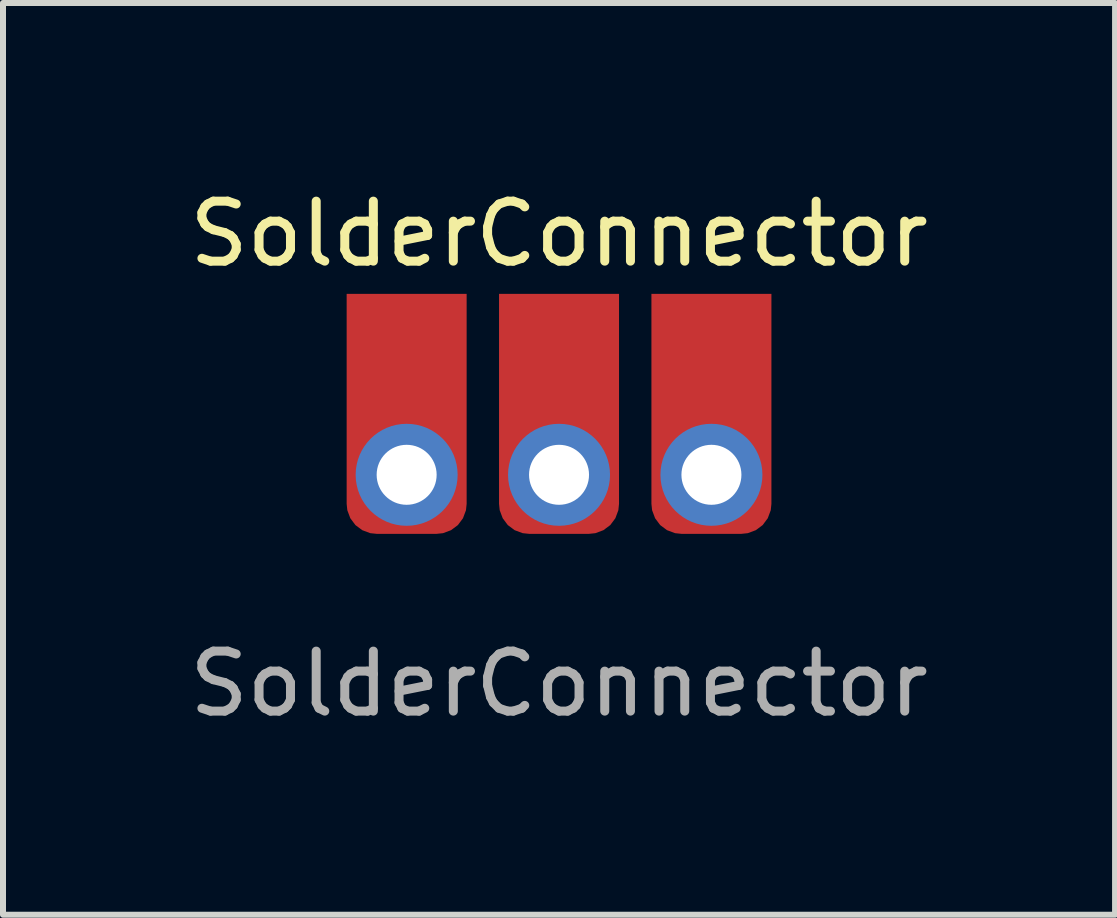
<source format=kicad_pcb>
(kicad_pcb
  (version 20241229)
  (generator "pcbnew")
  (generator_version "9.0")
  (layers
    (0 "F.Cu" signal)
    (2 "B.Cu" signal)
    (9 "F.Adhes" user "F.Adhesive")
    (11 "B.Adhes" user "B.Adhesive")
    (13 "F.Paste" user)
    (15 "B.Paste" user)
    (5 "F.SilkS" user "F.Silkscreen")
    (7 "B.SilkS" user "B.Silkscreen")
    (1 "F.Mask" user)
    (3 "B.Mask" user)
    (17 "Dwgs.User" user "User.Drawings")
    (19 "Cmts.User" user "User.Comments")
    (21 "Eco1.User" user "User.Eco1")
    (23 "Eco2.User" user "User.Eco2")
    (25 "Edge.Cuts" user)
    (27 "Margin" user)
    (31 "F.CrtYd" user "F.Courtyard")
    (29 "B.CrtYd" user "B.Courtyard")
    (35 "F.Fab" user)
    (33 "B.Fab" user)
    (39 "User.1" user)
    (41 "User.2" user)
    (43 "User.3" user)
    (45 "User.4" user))
  (footprint "SolderConnector"
    (layer "F.Cu")
    (at 6.268 3.848)
    (property "Reference" "SolderConnector" (at 0 -3 0) (unlocked yes) (layer "F.SilkS") (effects (font (size 1 1) (thickness 0.15))))
    (attr smd)
    (fp_text user "${REFERENCE}" (at 0 4.5 0) (unlocked yes) (layer "F.Fab") (effects (font (size 1 1) (thickness 0.15))))
    (pad "1" smd custom (at -2.54 0) (size 2 2) (layers "F.Cu" "F.Mask" "F.Paste") (options (anchor circle)) (primitives (gr_poly (pts (xy -1 -1.5) (xy -0.989 -1.606) (xy -0.939 -1.74) (xy -0.854 -1.854) (xy -0.74 -1.939) (xy -0.606 -1.989) (xy -0.5 -2) (xy 0.5 -2) (xy 0.606 -1.989) (xy 0.74 -1.939) (xy 0.854 -1.854) (xy 0.939 -1.74) (xy 0.989 -1.606) (xy 1 -1.5) (xy 1 1.5) (xy 0.989 1.606) (xy 0.939 1.74) (xy 0.854 1.854) (xy 0.74 1.939) (xy 0.606 1.989) (xy 0.5 2) (xy -0.5 2) (xy -0.606 1.989) (xy -0.74 1.939) (xy -0.854 1.854) (xy -0.939 1.74) (xy -0.989 1.606) (xy -1 1.5)) (width 0) (fill yes)) (gr_rect (start -1 -2) (end 1 -1.5) (width 0) (fill yes))))
    (pad "1" thru_hole oval (at -2.54 1.016) (size 1.7 1.7) (drill 1) (layers "*.Cu" "*.Mask"))
    (pad "2" smd custom (at 0 0) (size 2 2) (layers "F.Cu" "F.Mask" "F.Paste") (options (anchor circle)) (primitives (gr_poly (pts (xy -1 -1.5) (xy -0.989 -1.606) (xy -0.939 -1.74) (xy -0.854 -1.854) (xy -0.74 -1.939) (xy -0.606 -1.989) (xy -0.5 -2) (xy 0.5 -2) (xy 0.606 -1.989) (xy 0.74 -1.939) (xy 0.854 -1.854) (xy 0.939 -1.74) (xy 0.989 -1.606) (xy 1 -1.5) (xy 1 1.5) (xy 0.989 1.606) (xy 0.939 1.74) (xy 0.854 1.854) (xy 0.74 1.939) (xy 0.606 1.989) (xy 0.5 2) (xy -0.5 2) (xy -0.606 1.989) (xy -0.74 1.939) (xy -0.854 1.854) (xy -0.939 1.74) (xy -0.989 1.606) (xy -1 1.5)) (width 0) (fill yes)) (gr_rect (start -1 -2) (end 1 -1.5) (width 0) (fill yes))))
    (pad "2" thru_hole oval (at 0 1.016) (size 1.7 1.7) (drill 1) (layers "*.Cu" "*.Mask"))
    (pad "3" smd custom (at 2.54 0) (size 2 2) (layers "F.Cu" "F.Mask" "F.Paste") (options (anchor circle)) (primitives (gr_poly (pts (xy -1 -1.5) (xy -0.989 -1.606) (xy -0.939 -1.74) (xy -0.854 -1.854) (xy -0.74 -1.939) (xy -0.606 -1.989) (xy -0.5 -2) (xy 0.5 -2) (xy 0.606 -1.989) (xy 0.74 -1.939) (xy 0.854 -1.854) (xy 0.939 -1.74) (xy 0.989 -1.606) (xy 1 -1.5) (xy 1 1.5) (xy 0.989 1.606) (xy 0.939 1.74) (xy 0.854 1.854) (xy 0.74 1.939) (xy 0.606 1.989) (xy 0.5 2) (xy -0.5 2) (xy -0.606 1.989) (xy -0.74 1.939) (xy -0.854 1.854) (xy -0.939 1.74) (xy -0.989 1.606) (xy -1 1.5)) (width 0) (fill yes)) (gr_rect (start -1 -2) (end 1 -1.5) (width 0) (fill yes))))
    (pad "3" thru_hole oval (at 2.54 1.016) (size 1.7 1.7) (drill 1) (layers "*.Cu" "*.Mask")))
  (gr_rect
    (start -3 -3)
    (end 15.536 12.197)
    (stroke (width 0.1) (type default))
    (fill no)
    (layer "Edge.Cuts")))
</source>
